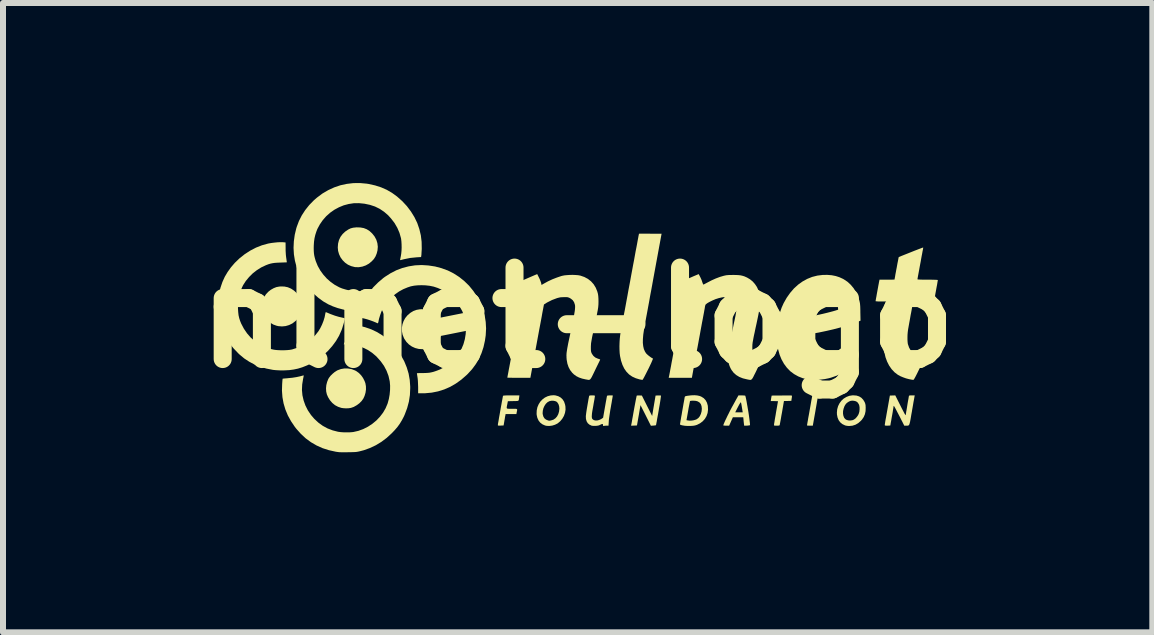
<source format=kicad_pcb>
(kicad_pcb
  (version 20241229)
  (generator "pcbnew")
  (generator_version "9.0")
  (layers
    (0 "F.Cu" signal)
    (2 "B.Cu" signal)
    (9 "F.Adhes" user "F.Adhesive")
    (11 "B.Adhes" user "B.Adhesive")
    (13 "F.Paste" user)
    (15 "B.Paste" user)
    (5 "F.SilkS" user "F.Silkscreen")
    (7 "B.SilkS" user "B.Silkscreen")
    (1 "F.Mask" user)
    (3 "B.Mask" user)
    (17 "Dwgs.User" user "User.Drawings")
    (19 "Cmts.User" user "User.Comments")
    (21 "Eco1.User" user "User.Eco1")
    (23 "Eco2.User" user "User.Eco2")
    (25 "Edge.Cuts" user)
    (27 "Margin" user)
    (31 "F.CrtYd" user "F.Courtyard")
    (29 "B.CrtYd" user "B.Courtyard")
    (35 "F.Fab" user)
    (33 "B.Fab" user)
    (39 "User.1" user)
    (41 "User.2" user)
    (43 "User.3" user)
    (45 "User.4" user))
  (footprint "nlnet-logo"
    (layer "F.Cu")
    (at 6.575 2.243)
    (property "Reference" "nlnet-logo" (at 0 0 0) (layer "F.SilkS") (effects (font (size 1.524 1.524) (thickness 0.3))))
    (attr board_only exclude_from_pos_files exclude_from_bom)
    (fp_poly (pts (xy -2.537 -0.136) (xy -2.48 -0.122) (xy -2.429 -0.097) (xy -2.382 -0.062) (xy -2.358 -0.039) (xy -2.317 0.011) (xy -2.288 0.062) (xy -2.27 0.116) (xy -2.263 0.174) (xy -2.262 0.188) (xy -2.268 0.252) (xy -2.284 0.311) (xy -2.311 0.365) (xy -2.348 0.414) (xy -2.394 0.456) (xy -2.412 0.468) (xy -2.467 0.498) (xy -2.525 0.517) (xy -2.586 0.525) (xy -2.648 0.521) (xy -2.707 0.506) (xy -2.762 0.481) (xy -2.812 0.446) (xy -2.854 0.403) (xy -2.889 0.351) (xy -2.895 0.339) (xy -2.917 0.284) (xy -2.928 0.227) (xy -2.929 0.168) (xy -2.919 0.11) (xy -2.9 0.055) (xy -2.872 0.005) (xy -2.835 -0.04) (xy -2.787 -0.081) (xy -2.737 -0.111) (xy -2.685 -0.13) (xy -2.628 -0.14) (xy -2.6 -0.141)) (stroke (width 0) (type solid)) (fill yes) (layer "F.SilkS"))
    (fp_poly (pts (xy -3.622 -1.503) (xy -3.565 -1.493) (xy -3.514 -1.473) (xy -3.467 -1.443) (xy -3.424 -1.403) (xy -3.384 -1.353) (xy -3.355 -1.299) (xy -3.337 -1.241) (xy -3.33 -1.182) (xy -3.335 -1.121) (xy -3.349 -1.067) (xy -3.369 -1.019) (xy -3.395 -0.978) (xy -3.43 -0.94) (xy -3.477 -0.901) (xy -3.53 -0.871) (xy -3.587 -0.851) (xy -3.646 -0.841) (xy -3.705 -0.842) (xy -3.716 -0.844) (xy -3.774 -0.859) (xy -3.828 -0.883) (xy -3.876 -0.917) (xy -3.917 -0.958) (xy -3.951 -1.005) (xy -3.976 -1.058) (xy -3.992 -1.114) (xy -3.997 -1.17) (xy -3.992 -1.235) (xy -3.977 -1.293) (xy -3.952 -1.346) (xy -3.916 -1.394) (xy -3.87 -1.437) (xy -3.863 -1.441) (xy -3.822 -1.469) (xy -3.783 -1.488) (xy -3.741 -1.499) (xy -3.693 -1.504) (xy -3.686 -1.505)) (stroke (width 0) (type solid)) (fill yes) (layer "F.SilkS"))
    (fp_poly (pts (xy 3.98 1.296) (xy 3.994 1.297) (xy 4.001 1.3) (xy 4.003 1.304) (xy 4.003 1.305) (xy 4.002 1.313) (xy 3.999 1.331) (xy 3.995 1.358) (xy 3.989 1.393) (xy 3.982 1.435) (xy 3.974 1.481) (xy 3.965 1.532) (xy 3.961 1.557) (xy 3.918 1.799) (xy 3.87 1.799) (xy 3.848 1.799) (xy 3.831 1.798) (xy 3.822 1.796) (xy 3.821 1.795) (xy 3.822 1.789) (xy 3.825 1.772) (xy 3.829 1.747) (xy 3.835 1.715) (xy 3.841 1.677) (xy 3.849 1.635) (xy 3.857 1.591) (xy 3.865 1.545) (xy 3.873 1.499) (xy 3.881 1.455) (xy 3.888 1.414) (xy 3.894 1.378) (xy 3.9 1.349) (xy 3.904 1.326) (xy 3.906 1.313) (xy 3.907 1.311) (xy 3.909 1.303) (xy 3.913 1.299) (xy 3.921 1.296) (xy 3.937 1.295) (xy 3.956 1.295)) (stroke (width 0) (type solid)) (fill yes) (layer "F.SilkS"))
    (fp_poly (pts (xy -4.888 -0.519) (xy -4.83 -0.507) (xy -4.776 -0.484) (xy -4.726 -0.451) (xy -4.694 -0.422) (xy -4.654 -0.376) (xy -4.624 -0.329) (xy -4.606 -0.279) (xy -4.597 -0.224) (xy -4.596 -0.17) (xy -4.605 -0.108) (xy -4.622 -0.053) (xy -4.65 -0.003) (xy -4.688 0.043) (xy -4.704 0.058) (xy -4.753 0.096) (xy -4.808 0.123) (xy -4.866 0.14) (xy -4.927 0.146) (xy -4.988 0.141) (xy -5.017 0.134) (xy -5.07 0.115) (xy -5.12 0.085) (xy -5.164 0.046) (xy -5.202 -0.000435) (xy -5.232 -0.053) (xy -5.246 -0.087) (xy -5.254 -0.12) (xy -5.259 -0.16) (xy -5.26 -0.202) (xy -5.257 -0.242) (xy -5.251 -0.276) (xy -5.25 -0.279) (xy -5.226 -0.339) (xy -5.193 -0.391) (xy -5.151 -0.435) (xy -5.112 -0.465) (xy -5.066 -0.491) (xy -5.021 -0.509) (xy -4.974 -0.518) (xy -4.952 -0.52)) (stroke (width 0) (type solid)) (fill yes) (layer "F.SilkS"))
    (fp_poly (pts (xy -3.825 0.847) (xy -3.765 0.858) (xy -3.708 0.88) (xy -3.685 0.893) (xy -3.645 0.922) (xy -3.608 0.96) (xy -3.576 1.005) (xy -3.551 1.054) (xy -3.537 1.092) (xy -3.528 1.142) (xy -3.527 1.196) (xy -3.535 1.252) (xy -3.551 1.305) (xy -3.571 1.348) (xy -3.6 1.389) (xy -3.638 1.427) (xy -3.683 1.46) (xy -3.731 1.487) (xy -3.777 1.503) (xy -3.815 1.509) (xy -3.859 1.511) (xy -3.905 1.508) (xy -3.938 1.503) (xy -3.992 1.485) (xy -4.043 1.458) (xy -4.088 1.421) (xy -4.127 1.376) (xy -4.159 1.324) (xy -4.179 1.278) (xy -4.19 1.23) (xy -4.193 1.178) (xy -4.188 1.124) (xy -4.175 1.072) (xy -4.156 1.024) (xy -4.144 1.003) (xy -4.119 0.97) (xy -4.086 0.937) (xy -4.05 0.907) (xy -4.013 0.883) (xy -4.002 0.877) (xy -3.945 0.856) (xy -3.885 0.846)) (stroke (width 0) (type solid)) (fill yes) (layer "F.SilkS"))
    (fp_poly (pts (xy 3.512 1.296) (xy 3.539 1.296) (xy 3.558 1.297) (xy 3.566 1.297) (xy 3.567 1.297) (xy 3.57 1.303) (xy 3.57 1.317) (xy 3.567 1.34) (xy 3.566 1.343) (xy 3.56 1.386) (xy 3.498 1.388) (xy 3.437 1.389) (xy 3.403 1.587) (xy 3.394 1.634) (xy 3.387 1.677) (xy 3.38 1.716) (xy 3.374 1.748) (xy 3.369 1.772) (xy 3.367 1.787) (xy 3.365 1.792) (xy 3.359 1.796) (xy 3.341 1.799) (xy 3.316 1.799) (xy 3.293 1.799) (xy 3.279 1.798) (xy 3.272 1.795) (xy 3.271 1.79) (xy 3.271 1.789) (xy 3.272 1.781) (xy 3.274 1.763) (xy 3.279 1.736) (xy 3.284 1.702) (xy 3.291 1.662) (xy 3.299 1.617) (xy 3.304 1.585) (xy 3.338 1.392) (xy 3.277 1.39) (xy 3.217 1.389) (xy 3.221 1.364) (xy 3.224 1.342) (xy 3.228 1.321) (xy 3.228 1.319) (xy 3.233 1.298) (xy 3.396 1.297) (xy 3.439 1.296) (xy 3.478 1.296)) (stroke (width 0) (type solid)) (fill yes) (layer "F.SilkS"))
    (fp_poly (pts (xy -0.975 1.329) (xy -0.978 1.351) (xy -0.98 1.367) (xy -0.984 1.378) (xy -0.992 1.385) (xy -1.005 1.388) (xy -1.026 1.389) (xy -1.055 1.39) (xy -1.074 1.39) (xy -1.163 1.392) (xy -1.173 1.445) (xy -1.179 1.473) (xy -1.182 1.492) (xy -1.182 1.506) (xy -1.176 1.513) (xy -1.165 1.517) (xy -1.145 1.518) (xy -1.115 1.518) (xy -1.096 1.518) (xy -1.061 1.518) (xy -1.036 1.518) (xy -1.02 1.52) (xy -1.011 1.525) (xy -1.008 1.533) (xy -1.009 1.545) (xy -1.013 1.564) (xy -1.015 1.573) (xy -1.021 1.606) (xy -1.201 1.606) (xy -1.204 1.625) (xy -1.207 1.638) (xy -1.211 1.659) (xy -1.215 1.687) (xy -1.221 1.717) (xy -1.221 1.72) (xy -1.234 1.796) (xy -1.282 1.798) (xy -1.306 1.799) (xy -1.321 1.798) (xy -1.328 1.796) (xy -1.33 1.791) (xy -1.33 1.789) (xy -1.329 1.782) (xy -1.327 1.764) (xy -1.322 1.738) (xy -1.316 1.704) (xy -1.31 1.666) (xy -1.302 1.623) (xy -1.294 1.577) (xy -1.286 1.531) (xy -1.278 1.485) (xy -1.27 1.442) (xy -1.263 1.402) (xy -1.256 1.366) (xy -1.251 1.338) (xy -1.247 1.317) (xy -1.245 1.306) (xy -1.245 1.305) (xy -1.243 1.302) (xy -1.239 1.3) (xy -1.231 1.298) (xy -1.218 1.297) (xy -1.198 1.296) (xy -1.17 1.295) (xy -1.133 1.295) (xy -1.106 1.295) (xy -0.971 1.295)) (stroke (width 0) (type solid)) (fill yes) (layer "F.SilkS"))
    (fp_poly (pts (xy -0.371 1.295) (xy -0.324 1.308) (xy -0.284 1.33) (xy -0.251 1.361) (xy -0.226 1.4) (xy -0.21 1.448) (xy -0.204 1.479) (xy -0.202 1.533) (xy -0.211 1.586) (xy -0.229 1.637) (xy -0.257 1.685) (xy -0.292 1.727) (xy -0.334 1.762) (xy -0.338 1.764) (xy -0.378 1.784) (xy -0.423 1.798) (xy -0.468 1.804) (xy -0.512 1.803) (xy -0.542 1.797) (xy -0.587 1.777) (xy -0.624 1.749) (xy -0.652 1.713) (xy -0.672 1.669) (xy -0.683 1.619) (xy -0.684 1.601) (xy -0.684 1.593) (xy -0.584 1.593) (xy -0.582 1.609) (xy -0.572 1.647) (xy -0.554 1.677) (xy -0.528 1.698) (xy -0.492 1.713) (xy -0.474 1.717) (xy -0.467 1.716) (xy -0.452 1.714) (xy -0.44 1.711) (xy -0.403 1.699) (xy -0.37 1.676) (xy -0.343 1.645) (xy -0.323 1.607) (xy -0.31 1.563) (xy -0.305 1.515) (xy -0.305 1.512) (xy -0.309 1.475) (xy -0.32 1.441) (xy -0.338 1.413) (xy -0.352 1.4) (xy -0.375 1.39) (xy -0.405 1.384) (xy -0.437 1.384) (xy -0.467 1.39) (xy -0.472 1.392) (xy -0.503 1.409) (xy -0.531 1.436) (xy -0.554 1.471) (xy -0.571 1.509) (xy -0.581 1.551) (xy -0.584 1.593) (xy -0.684 1.593) (xy -0.682 1.545) (xy -0.671 1.492) (xy -0.65 1.443) (xy -0.622 1.399) (xy -0.587 1.362) (xy -0.546 1.331) (xy -0.5 1.309) (xy -0.451 1.296) (xy -0.4 1.292)) (stroke (width 0) (type solid)) (fill yes) (layer "F.SilkS"))
    (fp_poly (pts (xy 1.377 1.296) (xy 1.386 1.297) (xy 1.387 1.302) (xy 1.387 1.314) (xy 1.384 1.335) (xy 1.38 1.365) (xy 1.374 1.404) (xy 1.366 1.453) (xy 1.355 1.513) (xy 1.35 1.545) (xy 1.341 1.597) (xy 1.332 1.645) (xy 1.324 1.688) (xy 1.318 1.726) (xy 1.312 1.756) (xy 1.308 1.778) (xy 1.305 1.79) (xy 1.304 1.792) (xy 1.297 1.794) (xy 1.282 1.796) (xy 1.262 1.798) (xy 1.261 1.798) (xy 1.22 1.801) (xy 1.134 1.629) (xy 1.047 1.457) (xy 1.033 1.536) (xy 1.027 1.572) (xy 1.02 1.615) (xy 1.012 1.659) (xy 1.005 1.7) (xy 1.004 1.705) (xy 0.988 1.796) (xy 0.939 1.798) (xy 0.89 1.8) (xy 0.893 1.783) (xy 0.895 1.774) (xy 0.899 1.755) (xy 0.904 1.726) (xy 0.91 1.69) (xy 0.918 1.648) (xy 0.926 1.602) (xy 0.935 1.551) (xy 0.938 1.535) (xy 0.947 1.485) (xy 0.956 1.438) (xy 0.964 1.396) (xy 0.971 1.359) (xy 0.977 1.331) (xy 0.981 1.311) (xy 0.984 1.3) (xy 0.984 1.299) (xy 0.992 1.297) (xy 1.008 1.296) (xy 1.029 1.296) (xy 1.029 1.296) (xy 1.07 1.298) (xy 1.155 1.468) (xy 1.241 1.638) (xy 1.246 1.609) (xy 1.248 1.595) (xy 1.252 1.571) (xy 1.257 1.54) (xy 1.263 1.504) (xy 1.27 1.464) (xy 1.274 1.439) (xy 1.298 1.298) (xy 1.339 1.296) (xy 1.36 1.296)) (stroke (width 0) (type solid)) (fill yes) (layer "F.SilkS"))
    (fp_poly (pts (xy 2.758 1.296) (xy 2.778 1.297) (xy 2.79 1.299) (xy 2.792 1.3) (xy 2.796 1.311) (xy 2.801 1.331) (xy 2.807 1.359) (xy 2.814 1.395) (xy 2.821 1.436) (xy 2.829 1.48) (xy 2.837 1.527) (xy 2.845 1.574) (xy 2.852 1.62) (xy 2.858 1.663) (xy 2.863 1.702) (xy 2.867 1.735) (xy 2.869 1.75) (xy 2.872 1.792) (xy 2.854 1.795) (xy 2.837 1.798) (xy 2.815 1.799) (xy 2.804 1.799) (xy 2.774 1.799) (xy 2.77 1.766) (xy 2.767 1.74) (xy 2.764 1.711) (xy 2.763 1.695) (xy 2.759 1.659) (xy 2.586 1.659) (xy 2.524 1.799) (xy 2.475 1.799) (xy 2.453 1.799) (xy 2.436 1.797) (xy 2.427 1.795) (xy 2.426 1.794) (xy 2.429 1.784) (xy 2.436 1.766) (xy 2.447 1.74) (xy 2.462 1.707) (xy 2.48 1.67) (xy 2.499 1.63) (xy 2.513 1.603) (xy 2.526 1.577) (xy 2.625 1.577) (xy 2.75 1.577) (xy 2.746 1.552) (xy 2.738 1.503) (xy 2.732 1.466) (xy 2.727 1.438) (xy 2.723 1.421) (xy 2.72 1.412) (xy 2.72 1.411) (xy 2.714 1.413) (xy 2.705 1.426) (xy 2.691 1.449) (xy 2.673 1.483) (xy 2.65 1.527) (xy 2.65 1.528) (xy 2.625 1.577) (xy 2.526 1.577) (xy 2.531 1.566) (xy 2.549 1.531) (xy 2.568 1.495) (xy 2.59 1.456) (xy 2.614 1.412) (xy 2.642 1.361) (xy 2.66 1.329) (xy 2.679 1.295) (xy 2.734 1.295)) (stroke (width 0) (type solid)) (fill yes) (layer "F.SilkS"))
    (fp_poly (pts (xy 4.646 1.298) (xy 4.69 1.312) (xy 4.727 1.335) (xy 4.758 1.368) (xy 4.78 1.404) (xy 4.788 1.422) (xy 4.793 1.439) (xy 4.797 1.459) (xy 4.798 1.485) (xy 4.799 1.498) (xy 4.797 1.557) (xy 4.786 1.609) (xy 4.766 1.656) (xy 4.736 1.7) (xy 4.719 1.718) (xy 4.675 1.757) (xy 4.628 1.784) (xy 4.577 1.8) (xy 4.522 1.805) (xy 4.522 1.805) (xy 4.496 1.803) (xy 4.47 1.799) (xy 4.453 1.794) (xy 4.41 1.773) (xy 4.375 1.744) (xy 4.348 1.707) (xy 4.33 1.663) (xy 4.32 1.612) (xy 4.32 1.597) (xy 4.421 1.597) (xy 4.427 1.634) (xy 4.44 1.667) (xy 4.459 1.69) (xy 4.482 1.704) (xy 4.513 1.712) (xy 4.546 1.713) (xy 4.579 1.708) (xy 4.601 1.699) (xy 4.627 1.681) (xy 4.651 1.655) (xy 4.672 1.625) (xy 4.683 1.602) (xy 4.693 1.568) (xy 4.697 1.53) (xy 4.697 1.492) (xy 4.691 1.459) (xy 4.684 1.442) (xy 4.665 1.413) (xy 4.639 1.394) (xy 4.605 1.385) (xy 4.583 1.383) (xy 4.558 1.384) (xy 4.539 1.389) (xy 4.52 1.398) (xy 4.516 1.4) (xy 4.489 1.418) (xy 4.469 1.437) (xy 4.453 1.462) (xy 4.446 1.474) (xy 4.431 1.515) (xy 4.422 1.556) (xy 4.421 1.597) (xy 4.32 1.597) (xy 4.319 1.585) (xy 4.324 1.528) (xy 4.339 1.474) (xy 4.363 1.426) (xy 4.395 1.383) (xy 4.433 1.348) (xy 4.478 1.321) (xy 4.527 1.302) (xy 4.58 1.294) (xy 4.595 1.294)) (stroke (width 0) (type solid)) (fill yes) (layer "F.SilkS"))
    (fp_poly (pts (xy 1.993 1.296) (xy 2.033 1.305) (xy 2.06 1.316) (xy 2.1 1.341) (xy 2.131 1.374) (xy 2.154 1.416) (xy 2.168 1.465) (xy 2.169 1.474) (xy 2.172 1.532) (xy 2.165 1.588) (xy 2.147 1.64) (xy 2.12 1.686) (xy 2.083 1.727) (xy 2.039 1.76) (xy 1.988 1.786) (xy 1.955 1.796) (xy 1.932 1.8) (xy 1.901 1.803) (xy 1.866 1.804) (xy 1.83 1.804) (xy 1.798 1.802) (xy 1.785 1.801) (xy 1.748 1.795) (xy 1.723 1.789) (xy 1.709 1.783) (xy 1.705 1.777) (xy 1.706 1.769) (xy 1.709 1.752) (xy 1.713 1.726) (xy 1.716 1.708) (xy 1.813 1.708) (xy 1.834 1.712) (xy 1.865 1.716) (xy 1.894 1.715) (xy 1.925 1.711) (xy 1.949 1.705) (xy 1.971 1.698) (xy 1.982 1.693) (xy 2.011 1.672) (xy 2.035 1.642) (xy 2.053 1.604) (xy 2.065 1.561) (xy 2.069 1.516) (xy 2.064 1.474) (xy 2.052 1.44) (xy 2.031 1.414) (xy 2.002 1.396) (xy 1.984 1.39) (xy 1.966 1.386) (xy 1.943 1.384) (xy 1.92 1.383) (xy 1.898 1.384) (xy 1.881 1.386) (xy 1.873 1.389) (xy 1.872 1.389) (xy 1.87 1.396) (xy 1.867 1.414) (xy 1.862 1.439) (xy 1.855 1.472) (xy 1.848 1.509) (xy 1.841 1.551) (xy 1.841 1.552) (xy 1.813 1.708) (xy 1.716 1.708) (xy 1.719 1.693) (xy 1.725 1.655) (xy 1.733 1.613) (xy 1.74 1.569) (xy 1.748 1.524) (xy 1.756 1.48) (xy 1.763 1.438) (xy 1.77 1.4) (xy 1.776 1.368) (xy 1.78 1.343) (xy 1.783 1.326) (xy 1.785 1.321) (xy 1.788 1.313) (xy 1.796 1.309) (xy 1.811 1.305) (xy 1.827 1.302) (xy 1.891 1.294) (xy 1.946 1.292)) (stroke (width 0) (type solid)) (fill yes) (layer "F.SilkS"))
    (fp_poly (pts (xy 5.378 1.466) (xy 5.402 1.514) (xy 5.422 1.552) (xy 5.437 1.581) (xy 5.448 1.602) (xy 5.457 1.615) (xy 5.462 1.622) (xy 5.465 1.624) (xy 5.467 1.62) (xy 5.468 1.611) (xy 5.471 1.591) (xy 5.475 1.564) (xy 5.481 1.531) (xy 5.487 1.495) (xy 5.493 1.457) (xy 5.499 1.42) (xy 5.505 1.385) (xy 5.511 1.354) (xy 5.515 1.329) (xy 5.518 1.313) (xy 5.518 1.311) (xy 5.52 1.303) (xy 5.524 1.299) (xy 5.533 1.296) (xy 5.548 1.295) (xy 5.569 1.295) (xy 5.616 1.295) (xy 5.613 1.311) (xy 5.611 1.321) (xy 5.608 1.34) (xy 5.603 1.368) (xy 5.596 1.404) (xy 5.589 1.446) (xy 5.581 1.493) (xy 5.572 1.543) (xy 5.57 1.558) (xy 5.559 1.617) (xy 5.551 1.666) (xy 5.544 1.705) (xy 5.538 1.736) (xy 5.532 1.759) (xy 5.527 1.776) (xy 5.521 1.787) (xy 5.514 1.794) (xy 5.507 1.798) (xy 5.498 1.799) (xy 5.486 1.799) (xy 5.473 1.799) (xy 5.472 1.799) (xy 5.441 1.799) (xy 5.428 1.771) (xy 5.421 1.759) (xy 5.411 1.737) (xy 5.396 1.709) (xy 5.379 1.675) (xy 5.36 1.638) (xy 5.34 1.6) (xy 5.318 1.558) (xy 5.301 1.525) (xy 5.288 1.501) (xy 5.278 1.484) (xy 5.272 1.474) (xy 5.268 1.47) (xy 5.265 1.471) (xy 5.264 1.476) (xy 5.264 1.477) (xy 5.262 1.488) (xy 5.259 1.509) (xy 5.254 1.538) (xy 5.249 1.573) (xy 5.242 1.612) (xy 5.236 1.644) (xy 5.229 1.684) (xy 5.223 1.721) (xy 5.217 1.751) (xy 5.213 1.775) (xy 5.211 1.79) (xy 5.21 1.795) (xy 5.205 1.797) (xy 5.19 1.798) (xy 5.17 1.799) (xy 5.163 1.799) (xy 5.14 1.799) (xy 5.126 1.798) (xy 5.119 1.795) (xy 5.117 1.791) (xy 5.117 1.786) (xy 5.118 1.778) (xy 5.121 1.759) (xy 5.125 1.731) (xy 5.131 1.696) (xy 5.139 1.654) (xy 5.147 1.607) (xy 5.156 1.557) (xy 5.16 1.535) (xy 5.202 1.298) (xy 5.292 1.295)) (stroke (width 0) (type solid)) (fill yes) (layer "F.SilkS"))
    (fp_poly (pts (xy 0.561 1.295) (xy 0.577 1.296) (xy 0.586 1.296) (xy 0.586 1.297) (xy 0.585 1.303) (xy 0.582 1.319) (xy 0.578 1.344) (xy 0.572 1.376) (xy 0.566 1.414) (xy 0.558 1.457) (xy 0.554 1.483) (xy 0.544 1.537) (xy 0.536 1.59) (xy 0.529 1.637) (xy 0.523 1.679) (xy 0.519 1.713) (xy 0.518 1.733) (xy 0.514 1.799) (xy 0.486 1.799) (xy 0.465 1.8) (xy 0.445 1.802) (xy 0.44 1.803) (xy 0.428 1.804) (xy 0.423 1.801) (xy 0.422 1.795) (xy 0.421 1.779) (xy 0.417 1.772) (xy 0.407 1.771) (xy 0.39 1.778) (xy 0.379 1.783) (xy 0.357 1.794) (xy 0.336 1.799) (xy 0.312 1.802) (xy 0.296 1.803) (xy 0.272 1.803) (xy 0.25 1.802) (xy 0.236 1.8) (xy 0.234 1.8) (xy 0.197 1.783) (xy 0.168 1.758) (xy 0.149 1.726) (xy 0.138 1.687) (xy 0.136 1.64) (xy 0.137 1.633) (xy 0.139 1.616) (xy 0.142 1.59) (xy 0.147 1.556) (xy 0.153 1.518) (xy 0.16 1.477) (xy 0.167 1.436) (xy 0.174 1.396) (xy 0.18 1.36) (xy 0.186 1.33) (xy 0.19 1.309) (xy 0.191 1.308) (xy 0.193 1.302) (xy 0.198 1.298) (xy 0.208 1.296) (xy 0.226 1.295) (xy 0.24 1.295) (xy 0.264 1.295) (xy 0.278 1.297) (xy 0.285 1.299) (xy 0.287 1.304) (xy 0.287 1.307) (xy 0.286 1.316) (xy 0.283 1.335) (xy 0.279 1.362) (xy 0.273 1.395) (xy 0.266 1.433) (xy 0.261 1.464) (xy 0.251 1.519) (xy 0.243 1.564) (xy 0.238 1.6) (xy 0.236 1.629) (xy 0.235 1.65) (xy 0.237 1.667) (xy 0.24 1.679) (xy 0.246 1.689) (xy 0.248 1.691) (xy 0.268 1.706) (xy 0.294 1.713) (xy 0.325 1.713) (xy 0.357 1.705) (xy 0.389 1.691) (xy 0.397 1.686) (xy 0.424 1.667) (xy 0.455 1.489) (xy 0.463 1.444) (xy 0.47 1.403) (xy 0.477 1.367) (xy 0.482 1.338) (xy 0.486 1.316) (xy 0.489 1.304) (xy 0.489 1.303) (xy 0.496 1.298) (xy 0.513 1.296) (xy 0.539 1.295)) (stroke (width 0) (type solid)) (fill yes) (layer "F.SilkS"))
    (fp_poly (pts (xy 1.142 -1.4) (xy 1.185 -1.4) (xy 1.211 -1.399) (xy 1.398 -1.398) (xy 1.259 -0.642) (xy 1.242 -0.548) (xy 1.225 -0.455) (xy 1.208 -0.366) (xy 1.193 -0.28) (xy 1.178 -0.199) (xy 1.164 -0.123) (xy 1.151 -0.053) (xy 1.139 0.01) (xy 1.129 0.066) (xy 1.121 0.114) (xy 1.114 0.152) (xy 1.109 0.181) (xy 1.105 0.199) (xy 1.105 0.201) (xy 1.093 0.283) (xy 1.087 0.355) (xy 1.086 0.419) (xy 1.092 0.475) (xy 1.103 0.523) (xy 1.121 0.564) (xy 1.14 0.594) (xy 1.153 0.607) (xy 1.171 0.624) (xy 1.194 0.642) (xy 1.217 0.659) (xy 1.237 0.672) (xy 1.253 0.68) (xy 1.254 0.681) (xy 1.254 0.686) (xy 1.248 0.701) (xy 1.239 0.723) (xy 1.227 0.751) (xy 1.212 0.783) (xy 1.195 0.819) (xy 1.177 0.856) (xy 1.158 0.893) (xy 1.14 0.929) (xy 1.123 0.962) (xy 1.108 0.991) (xy 1.095 1.014) (xy 1.085 1.03) (xy 1.079 1.037) (xy 1.079 1.037) (xy 1.068 1.035) (xy 1.051 1.032) (xy 1.034 1.029) (xy 0.968 1.009) (xy 0.909 0.982) (xy 0.857 0.946) (xy 0.813 0.901) (xy 0.776 0.848) (xy 0.746 0.786) (xy 0.722 0.714) (xy 0.706 0.639) (xy 0.7 0.592) (xy 0.697 0.536) (xy 0.696 0.475) (xy 0.698 0.411) (xy 0.702 0.347) (xy 0.709 0.286) (xy 0.718 0.231) (xy 0.722 0.211) (xy 0.723 0.202) (xy 0.727 0.182) (xy 0.733 0.153) (xy 0.74 0.113) (xy 0.749 0.065) (xy 0.76 0.009) (xy 0.771 -0.055) (xy 0.785 -0.125) (xy 0.799 -0.201) (xy 0.814 -0.283) (xy 0.83 -0.369) (xy 0.846 -0.459) (xy 0.864 -0.553) (xy 0.874 -0.606) (xy 0.891 -0.701) (xy 0.908 -0.792) (xy 0.924 -0.879) (xy 0.94 -0.962) (xy 0.954 -1.04) (xy 0.967 -1.112) (xy 0.98 -1.177) (xy 0.991 -1.236) (xy 1 -1.286) (xy 1.008 -1.328) (xy 1.014 -1.361) (xy 1.019 -1.384) (xy 1.021 -1.397) (xy 1.022 -1.399) (xy 1.028 -1.399) (xy 1.044 -1.4) (xy 1.07 -1.4) (xy 1.103 -1.4)) (stroke (width 0) (type solid)) (fill yes) (layer "F.SilkS"))
    (fp_poly (pts (xy -2.488 -0.87) (xy -2.376 -0.853) (xy -2.267 -0.824) (xy -2.163 -0.786) (xy -2.066 -0.737) (xy -1.974 -0.678) (xy -1.889 -0.61) (xy -1.81 -0.533) (xy -1.739 -0.446) (xy -1.675 -0.35) (xy -1.668 -0.338) (xy -1.617 -0.24) (xy -1.577 -0.139) (xy -1.549 -0.035) (xy -1.532 0.072) (xy -1.526 0.181) (xy -1.532 0.294) (xy -1.545 0.383) (xy -1.569 0.491) (xy -1.602 0.591) (xy -1.644 0.685) (xy -1.697 0.774) (xy -1.759 0.858) (xy -1.833 0.939) (xy -1.852 0.957) (xy -1.939 1.033) (xy -2.03 1.098) (xy -2.125 1.153) (xy -2.224 1.196) (xy -2.326 1.228) (xy -2.431 1.249) (xy -2.539 1.259) (xy -2.579 1.26) (xy -2.658 1.26) (xy -2.658 1.156) (xy -2.66 1.103) (xy -2.662 1.053) (xy -2.666 1.011) (xy -2.669 0.991) (xy -2.673 0.965) (xy -2.676 0.944) (xy -2.678 0.931) (xy -2.678 0.926) (xy -2.673 0.925) (xy -2.657 0.924) (xy -2.634 0.923) (xy -2.605 0.923) (xy -2.583 0.923) (xy -2.538 0.922) (xy -2.501 0.92) (xy -2.469 0.917) (xy -2.438 0.911) (xy -2.405 0.903) (xy -2.371 0.892) (xy -2.292 0.862) (xy -2.216 0.821) (xy -2.144 0.771) (xy -2.078 0.713) (xy -2.019 0.648) (xy -1.968 0.577) (xy -1.935 0.519) (xy -1.903 0.442) (xy -1.88 0.359) (xy -1.866 0.273) (xy -1.861 0.185) (xy -1.866 0.099) (xy -1.88 0.015) (xy -1.894 -0.035) (xy -1.923 -0.109) (xy -1.963 -0.181) (xy -2.011 -0.25) (xy -2.067 -0.315) (xy -2.128 -0.373) (xy -2.193 -0.424) (xy -2.261 -0.464) (xy -2.265 -0.466) (xy -2.332 -0.495) (xy -2.398 -0.517) (xy -2.465 -0.531) (xy -2.538 -0.539) (xy -2.602 -0.541) (xy -2.668 -0.539) (xy -2.726 -0.533) (xy -2.781 -0.522) (xy -2.835 -0.504) (xy -2.893 -0.48) (xy -2.905 -0.475) (xy -2.973 -0.438) (xy -3.039 -0.392) (xy -3.101 -0.338) (xy -3.158 -0.28) (xy -3.207 -0.218) (xy -3.246 -0.154) (xy -3.25 -0.147) (xy -3.272 -0.096) (xy -3.292 -0.04) (xy -3.309 0.016) (xy -3.315 0.043) (xy -3.319 0.066) (xy -3.324 0.083) (xy -3.328 0.093) (xy -3.329 0.094) (xy -3.336 0.092) (xy -3.351 0.086) (xy -3.368 0.078) (xy -3.41 0.061) (xy -3.457 0.044) (xy -3.506 0.028) (xy -3.554 0.015) (xy -3.595 0.006) (xy -3.613 0.003) (xy -3.629 -0.001) (xy -3.64 -0.004) (xy -3.642 -0.006) (xy -3.643 -0.014) (xy -3.64 -0.032) (xy -3.635 -0.056) (xy -3.628 -0.084) (xy -3.619 -0.115) (xy -3.613 -0.135) (xy -3.575 -0.237) (xy -3.528 -0.334) (xy -3.471 -0.424) (xy -3.404 -0.508) (xy -3.326 -0.586) (xy -3.239 -0.66) (xy -3.212 -0.68) (xy -3.118 -0.74) (xy -3.021 -0.79) (xy -2.92 -0.828) (xy -2.816 -0.855) (xy -2.709 -0.872) (xy -2.599 -0.877)) (stroke (width 0) (type solid)) (fill yes) (layer "F.SilkS"))
    (fp_poly (pts (xy -3.516 -2.233) (xy -3.484 -2.228) (xy -3.376 -2.204) (xy -3.276 -2.172) (xy -3.182 -2.131) (xy -3.094 -2.08) (xy -3.01 -2.019) (xy -2.929 -1.947) (xy -2.925 -1.944) (xy -2.846 -1.859) (xy -2.778 -1.769) (xy -2.72 -1.675) (xy -2.673 -1.578) (xy -2.638 -1.476) (xy -2.613 -1.372) (xy -2.6 -1.264) (xy -2.598 -1.153) (xy -2.598 -1.143) (xy -2.6 -1.11) (xy -2.602 -1.079) (xy -2.603 -1.053) (xy -2.605 -1.036) (xy -2.606 -1.031) (xy -2.609 -1.01) (xy -2.68 -1.006) (xy -2.79 -0.995) (xy -2.893 -0.974) (xy -2.91 -0.97) (xy -2.932 -0.964) (xy -2.949 -0.96) (xy -2.959 -0.959) (xy -2.96 -0.959) (xy -2.958 -0.966) (xy -2.955 -0.981) (xy -2.951 -1.003) (xy -2.947 -1.022) (xy -2.94 -1.065) (xy -2.935 -1.115) (xy -2.933 -1.168) (xy -2.934 -1.222) (xy -2.937 -1.272) (xy -2.942 -1.315) (xy -2.944 -1.325) (xy -2.969 -1.413) (xy -3.005 -1.497) (xy -3.052 -1.578) (xy -3.11 -1.653) (xy -3.158 -1.706) (xy -3.225 -1.764) (xy -3.298 -1.813) (xy -3.377 -1.852) (xy -3.462 -1.88) (xy -3.553 -1.899) (xy -3.643 -1.908) (xy -3.73 -1.907) (xy -3.815 -1.894) (xy -3.898 -1.872) (xy -3.978 -1.839) (xy -4.054 -1.798) (xy -4.125 -1.748) (xy -4.19 -1.69) (xy -4.247 -1.625) (xy -4.296 -1.554) (xy -4.337 -1.478) (xy -4.354 -1.434) (xy -4.372 -1.378) (xy -4.385 -1.322) (xy -4.393 -1.265) (xy -4.397 -1.203) (xy -4.398 -1.16) (xy -4.397 -1.111) (xy -4.394 -1.069) (xy -4.388 -1.031) (xy -4.379 -0.993) (xy -4.367 -0.952) (xy -4.363 -0.94) (xy -4.331 -0.862) (xy -4.289 -0.787) (xy -4.238 -0.717) (xy -4.18 -0.652) (xy -4.115 -0.595) (xy -4.046 -0.546) (xy -3.972 -0.506) (xy -3.926 -0.487) (xy -3.859 -0.467) (xy -3.789 -0.451) (xy -3.719 -0.442) (xy -3.667 -0.44) (xy -3.622 -0.44) (xy -3.643 -0.404) (xy -3.665 -0.363) (xy -3.687 -0.316) (xy -3.709 -0.266) (xy -3.728 -0.217) (xy -3.743 -0.171) (xy -3.751 -0.142) (xy -3.755 -0.124) (xy -3.76 -0.115) (xy -3.767 -0.112) (xy -3.776 -0.112) (xy -3.795 -0.114) (xy -3.809 -0.115) (xy -3.908 -0.136) (xy -3.998 -0.16) (xy -4.08 -0.189) (xy -4.156 -0.223) (xy -4.227 -0.264) (xy -4.242 -0.273) (xy -4.323 -0.333) (xy -4.401 -0.402) (xy -4.474 -0.479) (xy -4.54 -0.563) (xy -4.597 -0.651) (xy -4.599 -0.653) (xy -4.646 -0.747) (xy -4.684 -0.846) (xy -4.711 -0.949) (xy -4.728 -1.055) (xy -4.734 -1.163) (xy -4.729 -1.272) (xy -4.714 -1.381) (xy -4.688 -1.49) (xy -4.68 -1.515) (xy -4.644 -1.611) (xy -4.597 -1.704) (xy -4.54 -1.792) (xy -4.473 -1.876) (xy -4.397 -1.954) (xy -4.343 -2.001) (xy -4.252 -2.069) (xy -4.156 -2.125) (xy -4.056 -2.171) (xy -3.953 -2.206) (xy -3.847 -2.229) (xy -3.738 -2.242) (xy -3.627 -2.243)) (stroke (width 0) (type solid)) (fill yes) (layer "F.SilkS"))
    (fp_poly (pts (xy 4.233 -0.707) (xy 4.299 -0.694) (xy 4.361 -0.674) (xy 4.422 -0.646) (xy 4.439 -0.636) (xy 4.496 -0.598) (xy 4.549 -0.549) (xy 4.597 -0.492) (xy 4.637 -0.428) (xy 4.67 -0.359) (xy 4.692 -0.29) (xy 4.697 -0.27) (xy 4.701 -0.252) (xy 4.704 -0.234) (xy 4.706 -0.213) (xy 4.708 -0.188) (xy 4.709 -0.157) (xy 4.71 -0.117) (xy 4.71 -0.091) (xy 4.713 0.05) (xy 4.685 0.061) (xy 4.583 0.098) (xy 4.479 0.133) (xy 4.372 0.165) (xy 4.261 0.194) (xy 4.144 0.221) (xy 4.02 0.247) (xy 3.887 0.271) (xy 3.744 0.294) (xy 3.726 0.297) (xy 3.713 0.3) (xy 3.704 0.307) (xy 3.7 0.319) (xy 3.698 0.338) (xy 3.699 0.366) (xy 3.7 0.377) (xy 3.71 0.443) (xy 3.729 0.501) (xy 3.756 0.55) (xy 3.79 0.592) (xy 3.832 0.625) (xy 3.881 0.648) (xy 3.937 0.663) (xy 3.998 0.668) (xy 4.065 0.663) (xy 4.091 0.659) (xy 4.171 0.638) (xy 4.247 0.607) (xy 4.319 0.565) (xy 4.388 0.511) (xy 4.417 0.484) (xy 4.436 0.468) (xy 4.45 0.455) (xy 4.46 0.447) (xy 4.463 0.447) (xy 4.466 0.453) (xy 4.473 0.468) (xy 4.484 0.491) (xy 4.497 0.522) (xy 4.512 0.557) (xy 4.53 0.597) (xy 4.536 0.613) (xy 4.607 0.776) (xy 4.571 0.809) (xy 4.494 0.87) (xy 4.411 0.922) (xy 4.32 0.965) (xy 4.223 0.999) (xy 4.182 1.01) (xy 4.118 1.023) (xy 4.049 1.032) (xy 3.978 1.036) (xy 3.91 1.036) (xy 3.848 1.03) (xy 3.834 1.028) (xy 3.752 1.009) (xy 3.676 0.979) (xy 3.606 0.94) (xy 3.542 0.892) (xy 3.486 0.834) (xy 3.437 0.768) (xy 3.396 0.694) (xy 3.365 0.618) (xy 3.34 0.528) (xy 3.323 0.433) (xy 3.315 0.333) (xy 3.316 0.231) (xy 3.324 0.128) (xy 3.341 0.026) (xy 3.347 0.004) (xy 3.728 0.004) (xy 3.729 0.006) (xy 3.735 0.005) (xy 3.75 0.002) (xy 3.773 -0.002) (xy 3.802 -0.007) (xy 3.815 -0.009) (xy 3.88 -0.021) (xy 3.948 -0.034) (xy 4.017 -0.049) (xy 4.085 -0.064) (xy 4.151 -0.08) (xy 4.21 -0.095) (xy 4.262 -0.109) (xy 4.296 -0.119) (xy 4.34 -0.133) (xy 4.338 -0.165) (xy 4.333 -0.201) (xy 4.325 -0.239) (xy 4.314 -0.273) (xy 4.307 -0.289) (xy 4.284 -0.322) (xy 4.252 -0.352) (xy 4.214 -0.377) (xy 4.171 -0.395) (xy 4.128 -0.404) (xy 4.071 -0.407) (xy 4.018 -0.398) (xy 3.966 -0.379) (xy 3.917 -0.349) (xy 3.869 -0.307) (xy 3.868 -0.305) (xy 3.822 -0.252) (xy 3.786 -0.193) (xy 3.759 -0.128) (xy 3.74 -0.056) (xy 3.739 -0.049) (xy 3.735 -0.028) (xy 3.731 -0.012) (xy 3.73 -0.004) (xy 3.728 0.004) (xy 3.347 0.004) (xy 3.366 -0.072) (xy 3.398 -0.166) (xy 3.432 -0.242) (xy 3.483 -0.332) (xy 3.541 -0.414) (xy 3.604 -0.487) (xy 3.673 -0.55) (xy 3.747 -0.603) (xy 3.825 -0.646) (xy 3.907 -0.679) (xy 3.994 -0.701) (xy 4.083 -0.712) (xy 4.16 -0.713)) (stroke (width 0) (type solid)) (fill yes) (layer "F.SilkS"))
    (fp_poly (pts (xy -4.917 -1.257) (xy -4.908 -1.257) (xy -4.867 -1.253) (xy -4.866 -1.158) (xy -4.866 -1.117) (xy -4.864 -1.081) (xy -4.862 -1.047) (xy -4.858 -1.011) (xy -4.852 -0.969) (xy -4.849 -0.946) (xy -4.845 -0.922) (xy -4.953 -0.918) (xy -5.004 -0.916) (xy -5.046 -0.913) (xy -5.082 -0.908) (xy -5.116 -0.901) (xy -5.15 -0.891) (xy -5.187 -0.877) (xy -5.197 -0.873) (xy -5.273 -0.837) (xy -5.346 -0.791) (xy -5.414 -0.738) (xy -5.475 -0.677) (xy -5.529 -0.612) (xy -5.574 -0.542) (xy -5.593 -0.503) (xy -5.621 -0.434) (xy -5.642 -0.366) (xy -5.654 -0.296) (xy -5.66 -0.221) (xy -5.66 -0.153) (xy -5.656 -0.092) (xy -5.65 -0.039) (xy -5.639 0.009) (xy -5.624 0.055) (xy -5.607 0.097) (xy -5.562 0.183) (xy -5.509 0.261) (xy -5.448 0.331) (xy -5.38 0.391) (xy -5.305 0.442) (xy -5.223 0.484) (xy -5.136 0.516) (xy -5.075 0.531) (xy -5.039 0.537) (xy -4.994 0.541) (xy -4.945 0.543) (xy -4.895 0.543) (xy -4.846 0.541) (xy -4.801 0.537) (xy -4.765 0.531) (xy -4.757 0.529) (xy -4.67 0.501) (xy -4.587 0.462) (xy -4.509 0.414) (xy -4.436 0.357) (xy -4.371 0.291) (xy -4.32 0.227) (xy -4.289 0.176) (xy -4.26 0.117) (xy -4.235 0.054) (xy -4.216 -0.009) (xy -4.205 -0.066) (xy -4.201 -0.084) (xy -4.196 -0.092) (xy -4.194 -0.092) (xy -4.115 -0.059) (xy -4.044 -0.033) (xy -3.98 -0.014) (xy -3.921 -0.000421) (xy -3.919 -0.000085) (xy -3.896 0.005) (xy -3.883 0.011) (xy -3.88 0.015) (xy -3.881 0.027) (xy -3.886 0.048) (xy -3.893 0.075) (xy -3.901 0.105) (xy -3.911 0.137) (xy -3.92 0.167) (xy -3.929 0.194) (xy -3.935 0.21) (xy -3.976 0.302) (xy -4.028 0.39) (xy -4.09 0.474) (xy -4.16 0.553) (xy -4.238 0.625) (xy -4.322 0.69) (xy -4.412 0.747) (xy -4.506 0.794) (xy -4.589 0.827) (xy -4.661 0.849) (xy -4.732 0.864) (xy -4.806 0.874) (xy -4.886 0.878) (xy -4.927 0.879) (xy -4.965 0.878) (xy -5.003 0.876) (xy -5.037 0.874) (xy -5.065 0.871) (xy -5.075 0.87) (xy -5.186 0.848) (xy -5.289 0.819) (xy -5.384 0.781) (xy -5.472 0.734) (xy -5.556 0.679) (xy -5.634 0.614) (xy -5.653 0.596) (xy -5.734 0.511) (xy -5.805 0.422) (xy -5.864 0.328) (xy -5.914 0.228) (xy -5.952 0.123) (xy -5.979 0.023) (xy -5.983 0.003) (xy -5.987 -0.016) (xy -5.989 -0.036) (xy -5.991 -0.058) (xy -5.992 -0.084) (xy -5.992 -0.118) (xy -5.992 -0.159) (xy -5.992 -0.182) (xy -5.992 -0.228) (xy -5.991 -0.265) (xy -5.99 -0.294) (xy -5.989 -0.318) (xy -5.987 -0.34) (xy -5.984 -0.361) (xy -5.979 -0.383) (xy -5.976 -0.4) (xy -5.951 -0.501) (xy -5.919 -0.595) (xy -5.88 -0.681) (xy -5.832 -0.762) (xy -5.776 -0.84) (xy -5.712 -0.914) (xy -5.633 -0.99) (xy -5.547 -1.058) (xy -5.456 -1.117) (xy -5.36 -1.167) (xy -5.261 -1.206) (xy -5.16 -1.234) (xy -5.146 -1.237) (xy -5.099 -1.245) (xy -5.049 -1.251) (xy -5 -1.256) (xy -4.955 -1.258)) (stroke (width 0) (type solid)) (fill yes) (layer "F.SilkS"))
    (fp_poly (pts (xy -3.719 0.12) (xy -3.687 0.125) (xy -3.65 0.132) (xy -3.541 0.159) (xy -3.438 0.195) (xy -3.341 0.241) (xy -3.251 0.297) (xy -3.166 0.363) (xy -3.088 0.439) (xy -3.015 0.526) (xy -3.006 0.537) (xy -2.942 0.631) (xy -2.889 0.728) (xy -2.848 0.828) (xy -2.817 0.931) (xy -2.798 1.038) (xy -2.79 1.148) (xy -2.79 1.174) (xy -2.795 1.288) (xy -2.812 1.399) (xy -2.841 1.507) (xy -2.881 1.613) (xy -2.895 1.645) (xy -2.928 1.708) (xy -2.963 1.766) (xy -3.002 1.82) (xy -3.049 1.875) (xy -3.097 1.925) (xy -3.182 2.003) (xy -3.27 2.069) (xy -3.362 2.125) (xy -3.459 2.171) (xy -3.561 2.208) (xy -3.626 2.225) (xy -3.648 2.23) (xy -3.667 2.234) (xy -3.687 2.237) (xy -3.71 2.239) (xy -3.737 2.24) (xy -3.77 2.241) (xy -3.813 2.242) (xy -3.83 2.242) (xy -3.878 2.243) (xy -3.917 2.243) (xy -3.949 2.242) (xy -3.975 2.241) (xy -3.998 2.238) (xy -4.021 2.235) (xy -4.032 2.233) (xy -4.145 2.208) (xy -4.251 2.174) (xy -4.351 2.129) (xy -4.444 2.075) (xy -4.531 2.011) (xy -4.611 1.937) (xy -4.686 1.853) (xy -4.712 1.82) (xy -4.776 1.725) (xy -4.829 1.629) (xy -4.87 1.53) (xy -4.9 1.429) (xy -4.919 1.325) (xy -4.927 1.217) (xy -4.924 1.113) (xy -4.922 1.081) (xy -4.92 1.053) (xy -4.918 1.032) (xy -4.916 1.02) (xy -4.916 1.017) (xy -4.91 1.016) (xy -4.894 1.014) (xy -4.871 1.012) (xy -4.842 1.01) (xy -4.826 1.008) (xy -4.754 1.001) (xy -4.685 0.99) (xy -4.624 0.977) (xy -4.599 0.97) (xy -4.581 0.965) (xy -4.569 0.962) (xy -4.565 0.961) (xy -4.565 0.966) (xy -4.567 0.981) (xy -4.571 1.002) (xy -4.575 1.021) (xy -4.59 1.113) (xy -4.594 1.204) (xy -4.586 1.293) (xy -4.566 1.38) (xy -4.536 1.464) (xy -4.495 1.545) (xy -4.443 1.622) (xy -4.388 1.686) (xy -4.32 1.749) (xy -4.247 1.802) (xy -4.168 1.845) (xy -4.082 1.878) (xy -3.992 1.901) (xy -3.984 1.902) (xy -3.947 1.907) (xy -3.903 1.91) (xy -3.856 1.911) (xy -3.809 1.911) (xy -3.767 1.908) (xy -3.738 1.905) (xy -3.654 1.886) (xy -3.572 1.856) (xy -3.495 1.817) (xy -3.422 1.769) (xy -3.355 1.714) (xy -3.295 1.651) (xy -3.243 1.583) (xy -3.2 1.509) (xy -3.167 1.431) (xy -3.165 1.424) (xy -3.146 1.355) (xy -3.133 1.282) (xy -3.126 1.206) (xy -3.125 1.133) (xy -3.131 1.065) (xy -3.132 1.058) (xy -3.152 0.97) (xy -3.184 0.885) (xy -3.226 0.805) (xy -3.279 0.73) (xy -3.343 0.658) (xy -3.357 0.643) (xy -3.427 0.584) (xy -3.502 0.535) (xy -3.582 0.497) (xy -3.666 0.468) (xy -3.753 0.451) (xy -3.843 0.445) (xy -3.845 0.445) (xy -3.868 0.445) (xy -3.886 0.445) (xy -3.896 0.444) (xy -3.897 0.444) (xy -3.895 0.438) (xy -3.888 0.424) (xy -3.878 0.403) (xy -3.865 0.377) (xy -3.857 0.362) (xy -3.843 0.333) (xy -3.828 0.299) (xy -3.814 0.264) (xy -3.8 0.228) (xy -3.787 0.194) (xy -3.778 0.165) (xy -3.771 0.142) (xy -3.768 0.127) (xy -3.768 0.127) (xy -3.766 0.121) (xy -3.758 0.118) (xy -3.742 0.118)) (stroke (width 0) (type solid)) (fill yes) (layer "F.SilkS"))
    (fp_poly (pts (xy 5.757 -1.168) (xy 5.758 -1.162) (xy 5.757 -1.161) (xy 5.755 -1.151) (xy 5.752 -1.132) (xy 5.746 -1.104) (xy 5.74 -1.069) (xy 5.732 -1.029) (xy 5.724 -0.985) (xy 5.716 -0.938) (xy 5.707 -0.891) (xy 5.698 -0.843) (xy 5.69 -0.798) (xy 5.682 -0.755) (xy 5.675 -0.717) (xy 5.669 -0.685) (xy 5.665 -0.661) (xy 5.662 -0.645) (xy 5.661 -0.64) (xy 5.665 -0.638) (xy 5.677 -0.636) (xy 5.697 -0.635) (xy 5.726 -0.634) (xy 5.765 -0.633) (xy 5.815 -0.633) (xy 5.831 -0.633) (xy 5.886 -0.633) (xy 5.93 -0.632) (xy 5.963 -0.631) (xy 5.985 -0.63) (xy 5.998 -0.628) (xy 6.001 -0.627) (xy 6 -0.619) (xy 5.997 -0.602) (xy 5.993 -0.578) (xy 5.988 -0.547) (xy 5.981 -0.511) (xy 5.974 -0.473) (xy 5.967 -0.434) (xy 5.96 -0.396) (xy 5.954 -0.361) (xy 5.948 -0.33) (xy 5.943 -0.305) (xy 5.94 -0.289) (xy 5.939 -0.283) (xy 5.936 -0.27) (xy 5.764 -0.27) (xy 5.714 -0.27) (xy 5.675 -0.269) (xy 5.645 -0.269) (xy 5.623 -0.268) (xy 5.608 -0.267) (xy 5.598 -0.266) (xy 5.592 -0.264) (xy 5.59 -0.261) (xy 5.589 -0.259) (xy 5.587 -0.251) (xy 5.583 -0.232) (xy 5.578 -0.206) (xy 5.572 -0.172) (xy 5.565 -0.132) (xy 5.557 -0.089) (xy 5.548 -0.044) (xy 5.54 0.003) (xy 5.532 0.048) (xy 5.524 0.091) (xy 5.517 0.131) (xy 5.511 0.165) (xy 5.506 0.193) (xy 5.503 0.212) (xy 5.503 0.214) (xy 5.499 0.247) (xy 5.496 0.286) (xy 5.495 0.326) (xy 5.495 0.366) (xy 5.497 0.401) (xy 5.5 0.429) (xy 5.502 0.44) (xy 5.522 0.498) (xy 5.552 0.551) (xy 5.59 0.597) (xy 5.591 0.599) (xy 5.614 0.62) (xy 5.634 0.634) (xy 5.655 0.646) (xy 5.678 0.655) (xy 5.703 0.665) (xy 5.727 0.672) (xy 5.746 0.677) (xy 5.749 0.677) (xy 5.764 0.681) (xy 5.772 0.684) (xy 5.773 0.686) (xy 5.77 0.692) (xy 5.763 0.707) (xy 5.752 0.73) (xy 5.738 0.761) (xy 5.721 0.796) (xy 5.702 0.836) (xy 5.688 0.864) (xy 5.664 0.913) (xy 5.644 0.953) (xy 5.628 0.984) (xy 5.615 1.007) (xy 5.606 1.023) (xy 5.599 1.032) (xy 5.594 1.036) (xy 5.593 1.036) (xy 5.579 1.035) (xy 5.565 1.033) (xy 5.519 1.024) (xy 5.47 1.011) (xy 5.42 0.993) (xy 5.375 0.974) (xy 5.337 0.953) (xy 5.335 0.952) (xy 5.28 0.91) (xy 5.231 0.858) (xy 5.19 0.799) (xy 5.156 0.732) (xy 5.129 0.659) (xy 5.111 0.579) (xy 5.101 0.494) (xy 5.1 0.405) (xy 5.107 0.312) (xy 5.11 0.288) (xy 5.114 0.268) (xy 5.118 0.239) (xy 5.124 0.203) (xy 5.132 0.161) (xy 5.14 0.115) (xy 5.148 0.066) (xy 5.157 0.016) (xy 5.166 -0.034) (xy 5.174 -0.082) (xy 5.183 -0.127) (xy 5.19 -0.168) (xy 5.197 -0.204) (xy 5.202 -0.231) (xy 5.206 -0.251) (xy 5.208 -0.259) (xy 5.208 -0.263) (xy 5.206 -0.265) (xy 5.199 -0.267) (xy 5.187 -0.268) (xy 5.169 -0.269) (xy 5.141 -0.269) (xy 5.104 -0.27) (xy 5.087 -0.27) (xy 5.043 -0.27) (xy 5.009 -0.27) (xy 4.985 -0.272) (xy 4.971 -0.273) (xy 4.964 -0.275) (xy 4.964 -0.276) (xy 4.965 -0.284) (xy 4.968 -0.301) (xy 4.972 -0.325) (xy 4.978 -0.356) (xy 4.984 -0.392) (xy 4.991 -0.43) (xy 4.998 -0.468) (xy 5.005 -0.506) (xy 5.011 -0.54) (xy 5.017 -0.57) (xy 5.021 -0.594) (xy 5.023 -0.602) (xy 5.029 -0.633) (xy 5.155 -0.633) (xy 5.192 -0.633) (xy 5.224 -0.633) (xy 5.251 -0.634) (xy 5.27 -0.635) (xy 5.28 -0.636) (xy 5.28 -0.636) (xy 5.281 -0.644) (xy 5.284 -0.662) (xy 5.289 -0.688) (xy 5.294 -0.72) (xy 5.301 -0.756) (xy 5.308 -0.795) (xy 5.316 -0.835) (xy 5.323 -0.875) (xy 5.33 -0.913) (xy 5.337 -0.946) (xy 5.342 -0.974) (xy 5.346 -0.995) (xy 5.349 -1.007) (xy 5.35 -1.009) (xy 5.356 -1.012) (xy 5.371 -1.018) (xy 5.394 -1.028) (xy 5.424 -1.04) (xy 5.459 -1.054) (xy 5.497 -1.069) (xy 5.537 -1.085) (xy 5.577 -1.101) (xy 5.617 -1.117) (xy 5.654 -1.131) (xy 5.687 -1.144) (xy 5.714 -1.154) (xy 5.734 -1.162) (xy 5.738 -1.163) (xy 5.752 -1.168)) (stroke (width 0) (type solid)) (fill yes) (layer "F.SilkS"))
    (fp_poly (pts (xy -0.645 -0.668) (xy -0.632 -0.641) (xy -0.621 -0.613) (xy -0.612 -0.589) (xy -0.609 -0.578) (xy -0.602 -0.545) (xy -0.566 -0.566) (xy -0.495 -0.605) (xy -0.42 -0.64) (xy -0.345 -0.669) (xy -0.274 -0.693) (xy -0.255 -0.698) (xy -0.22 -0.705) (xy -0.178 -0.709) (xy -0.132 -0.712) (xy -0.083 -0.713) (xy -0.037 -0.711) (xy 0.005 -0.708) (xy 0.039 -0.702) (xy 0.044 -0.701) (xy 0.111 -0.678) (xy 0.171 -0.646) (xy 0.223 -0.605) (xy 0.266 -0.557) (xy 0.301 -0.5) (xy 0.327 -0.436) (xy 0.338 -0.396) (xy 0.343 -0.361) (xy 0.346 -0.318) (xy 0.347 -0.27) (xy 0.346 -0.221) (xy 0.342 -0.173) (xy 0.337 -0.141) (xy 0.334 -0.122) (xy 0.328 -0.093) (xy 0.321 -0.055) (xy 0.312 -0.011) (xy 0.302 0.038) (xy 0.291 0.091) (xy 0.279 0.145) (xy 0.274 0.17) (xy 0.261 0.23) (xy 0.25 0.281) (xy 0.241 0.322) (xy 0.235 0.357) (xy 0.23 0.385) (xy 0.226 0.408) (xy 0.223 0.427) (xy 0.222 0.445) (xy 0.221 0.461) (xy 0.22 0.478) (xy 0.22 0.493) (xy 0.22 0.524) (xy 0.221 0.546) (xy 0.223 0.562) (xy 0.226 0.575) (xy 0.231 0.588) (xy 0.237 0.601) (xy 0.262 0.637) (xy 0.294 0.664) (xy 0.334 0.682) (xy 0.34 0.684) (xy 0.359 0.69) (xy 0.371 0.695) (xy 0.375 0.698) (xy 0.373 0.704) (xy 0.366 0.719) (xy 0.355 0.742) (xy 0.34 0.772) (xy 0.323 0.807) (xy 0.304 0.846) (xy 0.293 0.869) (xy 0.27 0.917) (xy 0.252 0.954) (xy 0.237 0.984) (xy 0.225 1.005) (xy 0.214 1.021) (xy 0.205 1.03) (xy 0.195 1.035) (xy 0.184 1.037) (xy 0.171 1.035) (xy 0.155 1.032) (xy 0.136 1.029) (xy 0.074 1.015) (xy 0.022 0.997) (xy -0.023 0.974) (xy -0.063 0.945) (xy -0.09 0.919) (xy -0.125 0.874) (xy -0.152 0.823) (xy -0.171 0.767) (xy -0.183 0.702) (xy -0.186 0.665) (xy -0.186 0.647) (xy -0.187 0.628) (xy -0.186 0.61) (xy -0.185 0.59) (xy -0.182 0.567) (xy -0.178 0.541) (xy -0.173 0.51) (xy -0.166 0.473) (xy -0.158 0.429) (xy -0.147 0.378) (xy -0.134 0.317) (xy -0.119 0.246) (xy -0.115 0.226) (xy -0.099 0.148) (xy -0.085 0.081) (xy -0.073 0.023) (xy -0.063 -0.025) (xy -0.056 -0.067) (xy -0.05 -0.101) (xy -0.046 -0.13) (xy -0.044 -0.154) (xy -0.043 -0.173) (xy -0.043 -0.19) (xy -0.044 -0.205) (xy -0.047 -0.219) (xy -0.06 -0.258) (xy -0.082 -0.291) (xy -0.114 -0.317) (xy -0.125 -0.323) (xy -0.141 -0.332) (xy -0.155 -0.337) (xy -0.168 -0.341) (xy -0.185 -0.342) (xy -0.209 -0.342) (xy -0.226 -0.342) (xy -0.261 -0.341) (xy -0.289 -0.339) (xy -0.316 -0.333) (xy -0.343 -0.326) (xy -0.428 -0.294) (xy -0.511 -0.252) (xy -0.561 -0.22) (xy -0.562 -0.217) (xy -0.564 -0.208) (xy -0.567 -0.193) (xy -0.571 -0.172) (xy -0.576 -0.144) (xy -0.583 -0.109) (xy -0.591 -0.066) (xy -0.6 -0.014) (xy -0.611 0.045) (xy -0.624 0.114) (xy -0.639 0.192) (xy -0.655 0.279) (xy -0.673 0.377) (xy -0.693 0.485) (xy -0.715 0.603) (xy -0.733 0.705) (xy -0.788 1.002) (xy -0.98 1.002) (xy -1.026 1.002) (xy -1.068 1.002) (xy -1.105 1.001) (xy -1.135 1.001) (xy -1.157 1) (xy -1.17 1) (xy -1.172 0.999) (xy -1.171 0.993) (xy -1.168 0.976) (xy -1.163 0.95) (xy -1.156 0.914) (xy -1.148 0.869) (xy -1.138 0.817) (xy -1.127 0.759) (xy -1.115 0.694) (xy -1.102 0.623) (xy -1.088 0.549) (xy -1.073 0.47) (xy -1.064 0.421) (xy -1.049 0.339) (xy -1.034 0.259) (xy -1.02 0.182) (xy -1.006 0.109) (xy -0.994 0.041) (xy -0.983 -0.021) (xy -0.973 -0.076) (xy -0.965 -0.124) (xy -0.958 -0.163) (xy -0.953 -0.194) (xy -0.95 -0.214) (xy -0.95 -0.219) (xy -0.947 -0.295) (xy -0.953 -0.365) (xy -0.969 -0.432) (xy -0.995 -0.497) (xy -1.001 -0.509) (xy -1.012 -0.533) (xy -1.022 -0.552) (xy -1.028 -0.565) (xy -1.03 -0.569) (xy -1.029 -0.57) (xy -1.024 -0.573) (xy -1.016 -0.578) (xy -1.002 -0.584) (xy -0.982 -0.593) (xy -0.956 -0.605) (xy -0.922 -0.62) (xy -0.881 -0.637) (xy -0.831 -0.659) (xy -0.771 -0.685) (xy -0.72 -0.707) (xy -0.674 -0.726)) (stroke (width 0) (type solid)) (fill yes) (layer "F.SilkS"))
    (fp_poly (pts (xy 2.036 -0.689) (xy 2.048 -0.665) (xy 2.061 -0.636) (xy 2.072 -0.607) (xy 2.073 -0.602) (xy 2.081 -0.579) (xy 2.088 -0.562) (xy 2.093 -0.552) (xy 2.094 -0.551) (xy 2.101 -0.554) (xy 2.116 -0.561) (xy 2.136 -0.572) (xy 2.157 -0.583) (xy 2.232 -0.622) (xy 2.301 -0.653) (xy 2.37 -0.679) (xy 2.435 -0.698) (xy 2.457 -0.703) (xy 2.477 -0.707) (xy 2.499 -0.709) (xy 2.525 -0.711) (xy 2.557 -0.711) (xy 2.59 -0.712) (xy 2.64 -0.711) (xy 2.681 -0.709) (xy 2.715 -0.705) (xy 2.746 -0.698) (xy 2.776 -0.689) (xy 2.808 -0.675) (xy 2.825 -0.667) (xy 2.872 -0.639) (xy 2.916 -0.603) (xy 2.954 -0.56) (xy 2.985 -0.514) (xy 2.99 -0.504) (xy 3.009 -0.463) (xy 3.022 -0.425) (xy 3.031 -0.385) (xy 3.036 -0.341) (xy 3.038 -0.29) (xy 3.038 -0.278) (xy 3.038 -0.256) (xy 3.037 -0.236) (xy 3.037 -0.216) (xy 3.035 -0.197) (xy 3.033 -0.176) (xy 3.03 -0.152) (xy 3.025 -0.125) (xy 3.019 -0.093) (xy 3.012 -0.055) (xy 3.003 -0.01) (xy 2.992 0.042) (xy 2.979 0.104) (xy 2.963 0.176) (xy 2.961 0.185) (xy 2.949 0.244) (xy 2.938 0.293) (xy 2.93 0.333) (xy 2.924 0.366) (xy 2.919 0.393) (xy 2.915 0.415) (xy 2.913 0.435) (xy 2.911 0.452) (xy 2.911 0.469) (xy 2.91 0.487) (xy 2.91 0.489) (xy 2.911 0.525) (xy 2.913 0.553) (xy 2.917 0.574) (xy 2.924 0.594) (xy 2.936 0.614) (xy 2.943 0.625) (xy 2.968 0.652) (xy 3.002 0.673) (xy 3.037 0.687) (xy 3.053 0.692) (xy 3.063 0.697) (xy 3.065 0.699) (xy 3.063 0.705) (xy 3.056 0.721) (xy 3.045 0.744) (xy 3.03 0.774) (xy 3.013 0.81) (xy 2.994 0.849) (xy 2.984 0.871) (xy 2.961 0.918) (xy 2.942 0.955) (xy 2.928 0.984) (xy 2.916 1.006) (xy 2.905 1.021) (xy 2.895 1.031) (xy 2.885 1.036) (xy 2.874 1.037) (xy 2.86 1.035) (xy 2.843 1.032) (xy 2.823 1.028) (xy 2.753 1.011) (xy 2.693 0.987) (xy 2.642 0.956) (xy 2.599 0.918) (xy 2.564 0.872) (xy 2.547 0.842) (xy 2.531 0.806) (xy 2.52 0.773) (xy 2.512 0.739) (xy 2.508 0.701) (xy 2.506 0.655) (xy 2.506 0.642) (xy 2.506 0.624) (xy 2.506 0.608) (xy 2.507 0.593) (xy 2.507 0.579) (xy 2.509 0.563) (xy 2.511 0.545) (xy 2.514 0.525) (xy 2.519 0.5) (xy 2.524 0.47) (xy 2.532 0.434) (xy 2.54 0.391) (xy 2.551 0.34) (xy 2.564 0.28) (xy 2.579 0.209) (xy 2.584 0.188) (xy 2.597 0.122) (xy 2.609 0.066) (xy 2.619 0.02) (xy 2.627 -0.019) (xy 2.633 -0.051) (xy 2.637 -0.077) (xy 2.641 -0.099) (xy 2.643 -0.118) (xy 2.644 -0.135) (xy 2.645 -0.152) (xy 2.646 -0.169) (xy 2.646 -0.176) (xy 2.646 -0.203) (xy 2.644 -0.222) (xy 2.641 -0.237) (xy 2.635 -0.25) (xy 2.629 -0.263) (xy 2.605 -0.295) (xy 2.573 -0.32) (xy 2.532 -0.337) (xy 2.496 -0.344) (xy 2.453 -0.344) (xy 2.404 -0.338) (xy 2.352 -0.326) (xy 2.298 -0.309) (xy 2.244 -0.286) (xy 2.192 -0.26) (xy 2.161 -0.242) (xy 2.144 -0.229) (xy 2.133 -0.22) (xy 2.127 -0.208) (xy 2.123 -0.192) (xy 2.122 -0.188) (xy 2.12 -0.177) (xy 2.117 -0.156) (xy 2.111 -0.125) (xy 2.104 -0.085) (xy 2.095 -0.038) (xy 2.085 0.017) (xy 2.073 0.078) (xy 2.061 0.144) (xy 2.048 0.214) (xy 2.035 0.287) (xy 2.025 0.34) (xy 2.011 0.417) (xy 1.997 0.492) (xy 1.983 0.564) (xy 1.971 0.633) (xy 1.959 0.697) (xy 1.948 0.755) (xy 1.939 0.807) (xy 1.931 0.85) (xy 1.924 0.885) (xy 1.92 0.909) (xy 1.918 0.919) (xy 1.903 1.002) (xy 1.517 1.002) (xy 1.52 0.986) (xy 1.524 0.969) (xy 1.529 0.943) (xy 1.536 0.907) (xy 1.544 0.863) (xy 1.554 0.812) (xy 1.564 0.755) (xy 1.576 0.693) (xy 1.588 0.627) (xy 1.601 0.557) (xy 1.615 0.486) (xy 1.628 0.413) (xy 1.642 0.339) (xy 1.655 0.267) (xy 1.668 0.196) (xy 1.681 0.128) (xy 1.693 0.063) (xy 1.704 0.003) (xy 1.714 -0.051) (xy 1.722 -0.099) (xy 1.729 -0.139) (xy 1.735 -0.171) (xy 1.739 -0.193) (xy 1.741 -0.205) (xy 1.741 -0.205) (xy 1.745 -0.269) (xy 1.741 -0.335) (xy 1.73 -0.399) (xy 1.713 -0.46) (xy 1.69 -0.515) (xy 1.667 -0.553) (xy 1.661 -0.564) (xy 1.659 -0.569) (xy 1.66 -0.571) (xy 1.665 -0.574) (xy 1.675 -0.578) (xy 1.69 -0.585) (xy 1.71 -0.595) (xy 1.738 -0.607) (xy 1.772 -0.622) (xy 1.815 -0.64) (xy 1.867 -0.662) (xy 1.928 -0.689) (xy 1.971 -0.707) (xy 2.016 -0.726)) (stroke (width 0) (type solid)) (fill yes) (layer "F.SilkS")))
  (gr_rect
    (start -3 -3)
    (end 16.15 7.486)
    (stroke (width 0.1) (type default))
    (fill no)
    (layer "Edge.Cuts")))
</source>
